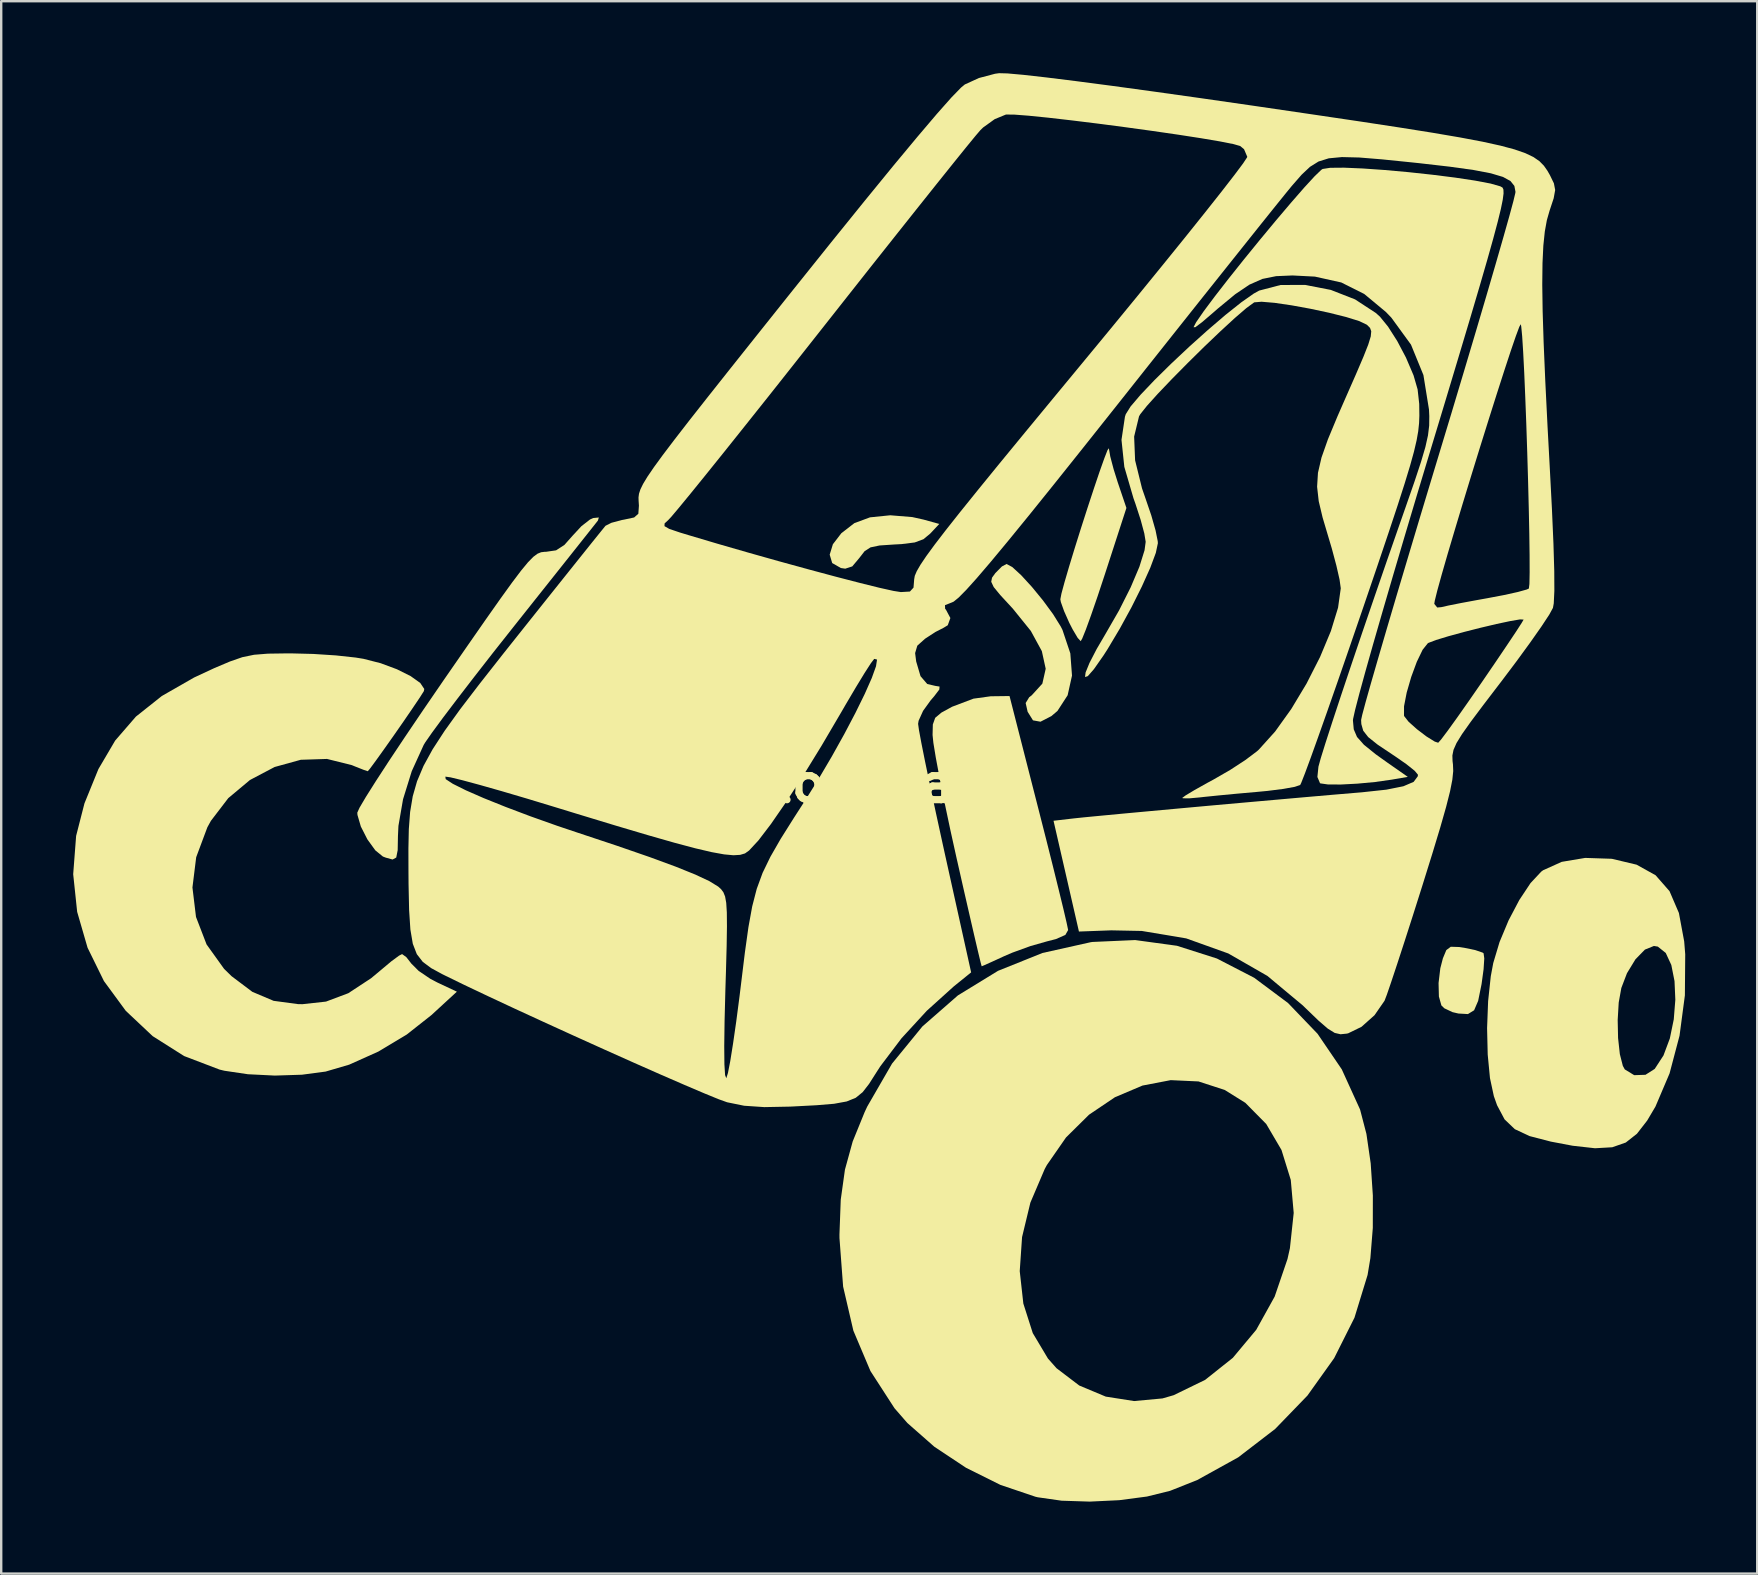
<source format=kicad_pcb>
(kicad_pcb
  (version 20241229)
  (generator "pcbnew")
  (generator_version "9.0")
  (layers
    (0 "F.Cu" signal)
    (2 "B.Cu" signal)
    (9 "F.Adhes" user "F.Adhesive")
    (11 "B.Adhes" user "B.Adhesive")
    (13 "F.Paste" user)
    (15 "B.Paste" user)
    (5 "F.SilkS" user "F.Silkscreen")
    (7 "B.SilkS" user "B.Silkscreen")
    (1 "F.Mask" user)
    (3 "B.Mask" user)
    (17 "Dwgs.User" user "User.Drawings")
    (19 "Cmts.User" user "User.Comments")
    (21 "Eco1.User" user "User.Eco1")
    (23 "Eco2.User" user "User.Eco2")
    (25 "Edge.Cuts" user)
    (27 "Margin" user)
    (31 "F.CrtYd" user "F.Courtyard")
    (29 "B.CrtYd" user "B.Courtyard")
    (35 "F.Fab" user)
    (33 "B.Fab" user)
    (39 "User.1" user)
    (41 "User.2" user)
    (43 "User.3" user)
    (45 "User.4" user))
  (footprint "logocarro"
    (layer "F.Cu")
    (at 34.529 29.594)
    (property "Reference" "logocarro" (at 0 0 0) (layer "F.SilkS") (effects (font (size 1.5 1.5) (thickness 0.3))))
    (attr board_only exclude_from_pos_files exclude_from_bom)
    (fp_poly (pts (xy 23.224 6.817) (xy 23.433 6.849) (xy 23.894 6.945) (xy 24.198 7.049) (xy 24.24 7.078) (xy 24.269 7.292) (xy 24.24 7.744) (xy 24.159 8.339) (xy 24.152 8.382) (xy 24.014 9.06) (xy 23.845 9.453) (xy 23.588 9.611) (xy 23.19 9.588) (xy 22.945 9.531) (xy 22.606 9.371) (xy 22.482 9.251) (xy 22.378 8.88) (xy 22.364 8.318) (xy 22.437 7.703) (xy 22.544 7.289) (xy 22.688 6.943) (xy 22.874 6.806)) (stroke (width 0) (type solid)) (fill yes) (layer "F.SilkS"))
    (fp_poly (pts (xy 0.436 -11.098) (xy 0.906 -10.993) (xy 1.559 -10.812) (xy 1.18 -10.408) (xy 0.9 -10.176) (xy 0.538 -10.041) (xy -0.012 -9.972) (xy -0.313 -9.956) (xy -0.927 -9.915) (xy -1.305 -9.836) (xy -1.551 -9.678) (xy -1.767 -9.4) (xy -1.774 -9.391) (xy -2.066 -9.043) (xy -2.358 -8.948) (xy -2.541 -8.975) (xy -2.902 -9.182) (xy -3.007 -9.532) (xy -2.874 -9.966) (xy -2.521 -10.426) (xy -1.98 -10.845) (xy -1.327 -11.087) (xy -0.483 -11.173)) (stroke (width 0) (type solid)) (fill yes) (layer "F.SilkS"))
    (fp_poly (pts (xy 8.626 -13.961) (xy 8.684 -13.623) (xy 8.825 -13.09) (xy 8.996 -12.545) (xy 9.357 -11.478) (xy 8.456 -8.702) (xy 8.156 -7.796) (xy 7.886 -7.014) (xy 7.666 -6.408) (xy 7.513 -6.03) (xy 7.452 -5.927) (xy 7.326 -6.065) (xy 7.116 -6.42) (xy 6.976 -6.693) (xy 6.76 -7.179) (xy 6.626 -7.556) (xy 6.604 -7.672) (xy 6.65 -7.911) (xy 6.778 -8.383) (xy 6.968 -9.032) (xy 7.203 -9.803) (xy 7.466 -10.641) (xy 7.739 -11.489) (xy 8.004 -12.294) (xy 8.242 -12.999) (xy 8.438 -13.55) (xy 8.571 -13.891) (xy 8.626 -13.966)) (stroke (width 0) (type solid)) (fill yes) (layer "F.SilkS"))
    (fp_poly (pts (xy 4.603 -9.015) (xy 4.975 -8.673) (xy 5.42 -8.187) (xy 5.88 -7.626) (xy 6.299 -7.056) (xy 6.616 -6.547) (xy 6.693 -6.396) (xy 7.02 -5.418) (xy 7.09 -4.492) (xy 6.908 -3.674) (xy 6.484 -3.02) (xy 6.229 -2.804) (xy 5.777 -2.571) (xy 5.464 -2.628) (xy 5.241 -2.986) (xy 5.241 -2.986) (xy 5.159 -3.35) (xy 5.306 -3.591) (xy 5.413 -3.673) (xy 5.855 -4.159) (xy 5.994 -4.777) (xy 5.833 -5.513) (xy 5.374 -6.354) (xy 4.621 -7.286) (xy 4.571 -7.34) (xy 4.099 -7.851) (xy 3.827 -8.183) (xy 3.724 -8.402) (xy 3.758 -8.574) (xy 3.897 -8.766) (xy 4.17 -9.041) (xy 4.363 -9.144)) (stroke (width 0) (type solid)) (fill yes) (layer "F.SilkS"))
    (fp_poly (pts (xy 5.7 1.101) (xy 6.012 2.326) (xy 6.295 3.452) (xy 6.538 4.436) (xy 6.732 5.232) (xy 6.864 5.798) (xy 6.925 6.089) (xy 6.928 6.111) (xy 6.813 6.313) (xy 6.421 6.486) (xy 6.054 6.58) (xy 5.363 6.776) (xy 4.606 7.051) (xy 4.259 7.2) (xy 3.772 7.424) (xy 3.433 7.576) (xy 3.326 7.62) (xy 3.283 7.462) (xy 3.176 7.016) (xy 3.014 6.325) (xy 2.808 5.431) (xy 2.567 4.378) (xy 2.302 3.207) (xy 2.294 3.175) (xy 2.024 1.954) (xy 1.781 0.804) (xy 1.574 -0.223) (xy 1.415 -1.073) (xy 1.313 -1.695) (xy 1.28 -2.019) (xy 1.291 -2.458) (xy 1.39 -2.734) (xy 1.65 -2.952) (xy 2.094 -3.195) (xy 2.985 -3.532) (xy 3.703 -3.631) (xy 4.487 -3.641)) (stroke (width 0) (type solid)) (fill yes) (layer "F.SilkS"))
    (fp_poly (pts (xy -12.666 -10.951) (xy -12.806 -10.774) (xy -13.13 -10.365) (xy -13.612 -9.758) (xy -14.225 -8.986) (xy -14.944 -8.082) (xy -15.74 -7.08) (xy -16.189 -6.515) (xy -17.032 -5.449) (xy -17.82 -4.438) (xy -18.526 -3.521) (xy -19.121 -2.736) (xy -19.574 -2.12) (xy -19.858 -1.713) (xy -19.924 -1.604) (xy -20.422 -0.509) (xy -20.785 0.661) (xy -20.977 1.771) (xy -20.997 2.196) (xy -21.008 2.782) (xy -21.068 3.088) (xy -21.221 3.171) (xy -21.51 3.091) (xy -21.625 3.046) (xy -21.94 2.789) (xy -22.271 2.331) (xy -22.543 1.797) (xy -22.684 1.313) (xy -22.691 1.218) (xy -22.597 1.01) (xy -22.33 0.558) (xy -21.911 -0.106) (xy -21.362 -0.949) (xy -20.702 -1.94) (xy -19.955 -3.045) (xy -19.141 -4.232) (xy -19.041 -4.377) (xy -18.105 -5.728) (xy -17.341 -6.826) (xy -16.727 -7.697) (xy -16.243 -8.368) (xy -15.867 -8.865) (xy -15.579 -9.214) (xy -15.357 -9.441) (xy -15.181 -9.572) (xy -15.031 -9.633) (xy -14.884 -9.651) (xy -14.822 -9.652) (xy -14.408 -9.712) (xy -14.06 -9.939) (xy -13.732 -10.309) (xy -13.355 -10.716) (xy -12.995 -10.997) (xy -12.861 -11.058) (xy -12.626 -11.081)) (stroke (width 0) (type solid)) (fill yes) (layer "F.SilkS"))
    (fp_poly (pts (xy 29.564 3.14) (xy 29.598 3.144) (xy 30.616 3.386) (xy 31.407 3.826) (xy 31.988 4.49) (xy 32.379 5.4) (xy 32.599 6.582) (xy 32.642 7.119) (xy 32.628 8.831) (xy 32.405 10.512) (xy 31.99 12.083) (xy 31.402 13.465) (xy 31.057 14.048) (xy 30.631 14.597) (xy 30.165 14.964) (xy 29.602 15.161) (xy 28.884 15.202) (xy 27.954 15.098) (xy 27.041 14.925) (xy 26.159 14.696) (xy 25.541 14.407) (xy 25.114 13.998) (xy 24.802 13.41) (xy 24.667 13.029) (xy 24.506 12.278) (xy 24.412 11.299) (xy 24.386 10.196) (xy 24.399 9.858) (xy 29.828 9.858) (xy 29.844 10.61) (xy 29.918 11.282) (xy 30.043 11.771) (xy 30.124 11.917) (xy 30.516 12.157) (xy 30.986 12.141) (xy 31.371 11.896) (xy 31.736 11.336) (xy 32.001 10.627) (xy 32.165 9.831) (xy 32.23 9.013) (xy 32.196 8.237) (xy 32.063 7.566) (xy 31.831 7.066) (xy 31.501 6.8) (xy 31.337 6.773) (xy 30.962 6.925) (xy 30.568 7.329) (xy 30.215 7.908) (xy 29.98 8.523) (xy 29.871 9.128) (xy 29.828 9.858) (xy 24.399 9.858) (xy 24.429 9.073) (xy 24.54 8.035) (xy 24.643 7.484) (xy 24.905 6.609) (xy 25.282 5.706) (xy 25.728 4.859) (xy 26.196 4.154) (xy 26.641 3.677) (xy 26.72 3.618) (xy 27.497 3.268) (xy 28.476 3.104)) (stroke (width 0) (type solid)) (fill yes) (layer "F.SilkS"))
    (fp_poly (pts (xy -24.522 -5.395) (xy -23.583 -5.334) (xy -22.762 -5.245) (xy -22.434 -5.192) (xy -21.717 -5.009) (xy -21.04 -4.757) (xy -20.468 -4.471) (xy -20.067 -4.185) (xy -19.9 -3.935) (xy -19.917 -3.846) (xy -20.087 -3.578) (xy -20.385 -3.136) (xy -20.762 -2.585) (xy -21.175 -1.992) (xy -21.577 -1.423) (xy -21.922 -0.942) (xy -22.163 -0.615) (xy -22.255 -0.508) (xy -22.431 -0.567) (xy -22.8 -0.713) (xy -22.919 -0.762) (xy -23.954 -1.02) (xy -25.046 -0.985) (xy -26.136 -0.684) (xy -27.163 -0.143) (xy -28.067 0.613) (xy -28.79 1.558) (xy -28.939 1.829) (xy -29.404 3.075) (xy -29.56 4.336) (xy -29.412 5.564) (xy -28.971 6.71) (xy -28.243 7.725) (xy -27.934 8.029) (xy -27.065 8.684) (xy -26.179 9.059) (xy -25.163 9.196) (xy -24.977 9.199) (xy -23.995 9.091) (xy -23.066 8.742) (xy -22.118 8.119) (xy -21.693 7.765) (xy -21.273 7.413) (xy -20.951 7.176) (xy -20.824 7.112) (xy -20.649 7.238) (xy -20.436 7.511) (xy -20.132 7.814) (xy -19.649 8.141) (xy -19.358 8.294) (xy -18.542 8.678) (xy -19.603 9.654) (xy -20.632 10.465) (xy -21.814 11.174) (xy -23.029 11.719) (xy -24.011 12.007) (xy -24.997 12.138) (xy -26.125 12.174) (xy -27.25 12.118) (xy -28.227 11.973) (xy -28.43 11.924) (xy -29.908 11.36) (xy -31.217 10.531) (xy -32.337 9.477) (xy -33.248 8.236) (xy -33.93 6.847) (xy -34.364 5.35) (xy -34.529 3.783) (xy -34.407 2.186) (xy -34.06 0.832) (xy -33.478 -0.598) (xy -32.779 -1.787) (xy -31.915 -2.785) (xy -30.835 -3.643) (xy -29.493 -4.412) (xy -28.651 -4.804) (xy -27.996 -5.081) (xy -27.481 -5.26) (xy -26.992 -5.361) (xy -26.417 -5.407) (xy -25.642 -5.418) (xy -25.434 -5.418)) (stroke (width 0) (type solid)) (fill yes) (layer "F.SilkS"))
    (fp_poly (pts (xy 11.462 6.765) (xy 13.127 7.296) (xy 14.682 8.099) (xy 16.092 9.151) (xy 17.32 10.43) (xy 18.331 11.914) (xy 19.09 13.581) (xy 19.097 13.602) (xy 19.358 14.604) (xy 19.536 15.829) (xy 19.626 17.172) (xy 19.624 18.524) (xy 19.523 19.78) (xy 19.406 20.483) (xy 18.86 22.263) (xy 18.013 23.95) (xy 16.9 25.508) (xy 15.556 26.898) (xy 14.014 28.083) (xy 12.308 29.027) (xy 11.176 29.477) (xy 10.213 29.715) (xy 9.056 29.867) (xy 7.828 29.926) (xy 6.656 29.888) (xy 5.664 29.746) (xy 5.563 29.722) (xy 4.106 29.229) (xy 2.674 28.516) (xy 1.353 27.639) (xy 0.23 26.651) (xy -0.307 26.034) (xy -1.309 24.485) (xy -2.02 22.804) (xy -2.447 20.967) (xy -2.496 20.322) (xy 4.912 20.322) (xy 5.062 21.672) (xy 5.455 22.904) (xy 6.088 23.965) (xy 6.445 24.368) (xy 7.393 25.089) (xy 8.497 25.551) (xy 9.678 25.736) (xy 10.858 25.627) (xy 11.326 25.492) (xy 12.637 24.854) (xy 13.792 23.935) (xy 14.766 22.768) (xy 15.534 21.385) (xy 16.069 19.818) (xy 16.17 19.367) (xy 16.328 17.898) (xy 16.206 16.522) (xy 15.819 15.274) (xy 15.183 14.191) (xy 14.312 13.309) (xy 13.453 12.773) (xy 12.36 12.418) (xy 11.203 12.364) (xy 10.027 12.59) (xy 8.878 13.077) (xy 7.8 13.804) (xy 6.841 14.752) (xy 6.044 15.9) (xy 5.953 16.068) (xy 5.355 17.469) (xy 5.009 18.904) (xy 4.912 20.322) (xy -2.496 20.322) (xy -2.599 18.948) (xy -2.6 18.796) (xy -2.546 17.344) (xy -2.371 16.092) (xy -2.048 14.918) (xy -1.55 13.695) (xy -1.441 13.462) (xy -0.408 11.674) (xy 0.857 10.126) (xy 2.335 8.834) (xy 4.008 7.809) (xy 5.858 7.066) (xy 7.867 6.617) (xy 7.942 6.606) (xy 9.721 6.527)) (stroke (width 0) (type solid)) (fill yes) (layer "F.SilkS"))
    (fp_poly (pts (xy 19.204 -25.624) (xy 20.119 -25.56) (xy 21.107 -25.471) (xy 22.106 -25.363) (xy 23.052 -25.244) (xy 23.881 -25.119) (xy 24.53 -24.996) (xy 24.937 -24.88) (xy 25.03 -24.827) (xy 25.067 -24.744) (xy 25.072 -24.582) (xy 25.038 -24.319) (xy 24.959 -23.933) (xy 24.829 -23.401) (xy 24.642 -22.701) (xy 24.392 -21.81) (xy 24.072 -20.706) (xy 23.676 -19.366) (xy 23.198 -17.768) (xy 22.633 -15.889) (xy 22.032 -13.903) (xy 21.475 -12.056) (xy 20.949 -10.292) (xy 20.461 -8.64) (xy 20.02 -7.129) (xy 19.633 -5.787) (xy 19.31 -4.643) (xy 19.059 -3.726) (xy 18.887 -3.065) (xy 18.803 -2.688) (xy 18.796 -2.625) (xy 18.83 -2.254) (xy 18.966 -1.936) (xy 19.255 -1.61) (xy 19.747 -1.213) (xy 20.247 -0.856) (xy 21.082 -0.273) (xy 20.405 -0.156) (xy 19.711 -0.058) (xy 18.977 0.01) (xy 18.294 0.046) (xy 17.753 0.043) (xy 17.443 -0.001) (xy 17.424 -0.01) (xy 17.315 -0.268) (xy 17.359 -0.699) (xy 17.454 -1.046) (xy 17.65 -1.676) (xy 17.933 -2.551) (xy 18.29 -3.633) (xy 18.709 -4.884) (xy 19.178 -6.269) (xy 19.684 -7.747) (xy 20.214 -9.284) (xy 20.756 -10.841) (xy 20.992 -11.515) (xy 21.364 -12.585) (xy 21.633 -13.399) (xy 21.815 -14.017) (xy 21.923 -14.5) (xy 21.973 -14.909) (xy 21.978 -15.306) (xy 21.965 -15.579) (xy 21.733 -17.016) (xy 21.215 -18.283) (xy 20.398 -19.406) (xy 20.165 -19.648) (xy 19.266 -20.395) (xy 18.31 -20.874) (xy 17.212 -21.118) (xy 16.279 -21.166) (xy 15.595 -21.137) (xy 15.024 -21.022) (xy 14.483 -20.783) (xy 13.89 -20.383) (xy 13.163 -19.783) (xy 13.003 -19.643) (xy 12.506 -19.217) (xy 12.231 -19.011) (xy 12.155 -19.011) (xy 12.255 -19.204) (xy 12.264 -19.219) (xy 12.578 -19.674) (xy 13.039 -20.291) (xy 13.609 -21.025) (xy 14.25 -21.829) (xy 14.925 -22.658) (xy 15.595 -23.465) (xy 16.223 -24.205) (xy 16.771 -24.833) (xy 17.202 -25.302) (xy 17.477 -25.566) (xy 17.532 -25.603) (xy 17.847 -25.652) (xy 18.425 -25.657)) (stroke (width 0) (type solid)) (fill yes) (layer "F.SilkS"))
    (fp_poly (pts (xy 17.874 -20.564) (xy 18.886 -20.168) (xy 19.75 -19.603) (xy 19.921 -19.449) (xy 20.258 -19.035) (xy 20.642 -18.433) (xy 20.993 -17.768) (xy 21.015 -17.722) (xy 21.322 -17.003) (xy 21.491 -16.419) (xy 21.558 -15.814) (xy 21.564 -15.325) (xy 21.552 -15.011) (xy 21.517 -14.678) (xy 21.449 -14.293) (xy 21.339 -13.823) (xy 21.176 -13.235) (xy 20.951 -12.496) (xy 20.655 -11.574) (xy 20.277 -10.435) (xy 19.809 -9.047) (xy 19.24 -7.377) (xy 19.149 -7.112) (xy 18.643 -5.639) (xy 18.167 -4.264) (xy 17.732 -3.02) (xy 17.35 -1.941) (xy 17.034 -1.061) (xy 16.794 -0.412) (xy 16.643 -0.028) (xy 16.598 0.065) (xy 16.374 0.142) (xy 15.893 0.229) (xy 15.237 0.312) (xy 14.786 0.355) (xy 13.975 0.427) (xy 13.206 0.5) (xy 12.598 0.562) (xy 12.404 0.584) (xy 11.966 0.623) (xy 11.711 0.619) (xy 11.684 0.604) (xy 11.823 0.5) (xy 12.193 0.278) (xy 12.728 -0.022) (xy 12.996 -0.167) (xy 13.679 -0.561) (xy 14.317 -0.977) (xy 14.796 -1.338) (xy 14.876 -1.41) (xy 15.552 -2.16) (xy 16.227 -3.102) (xy 16.865 -4.164) (xy 17.427 -5.27) (xy 17.877 -6.348) (xy 18.176 -7.323) (xy 18.288 -8.122) (xy 18.288 -8.138) (xy 18.239 -8.492) (xy 18.107 -9.073) (xy 17.916 -9.788) (xy 17.78 -10.245) (xy 17.532 -11.081) (xy 17.37 -11.763) (xy 17.303 -12.361) (xy 17.339 -12.943) (xy 17.486 -13.578) (xy 17.753 -14.336) (xy 18.148 -15.286) (xy 18.489 -16.065) (xy 18.924 -17.054) (xy 19.234 -17.779) (xy 19.435 -18.288) (xy 19.539 -18.627) (xy 19.559 -18.842) (xy 19.509 -18.98) (xy 19.403 -19.088) (xy 19.368 -19.117) (xy 19.06 -19.264) (xy 18.513 -19.434) (xy 17.807 -19.611) (xy 17.021 -19.779) (xy 16.236 -19.922) (xy 15.532 -20.025) (xy 14.989 -20.071) (xy 14.686 -20.046) (xy 14.675 -20.04) (xy 14.361 -19.811) (xy 13.879 -19.396) (xy 13.277 -18.842) (xy 12.605 -18.201) (xy 11.913 -17.519) (xy 11.25 -16.848) (xy 10.666 -16.236) (xy 10.212 -15.732) (xy 9.935 -15.385) (xy 9.883 -15.295) (xy 9.679 -14.453) (xy 9.719 -13.463) (xy 10.008 -12.292) (xy 10.16 -11.853) (xy 10.395 -11.164) (xy 10.572 -10.542) (xy 10.662 -10.095) (xy 10.668 -10.009) (xy 10.583 -9.608) (xy 10.351 -8.985) (xy 10.002 -8.208) (xy 9.569 -7.341) (xy 9.083 -6.452) (xy 8.578 -5.605) (xy 8.404 -5.334) (xy 8.004 -4.762) (xy 7.748 -4.47) (xy 7.633 -4.433) (xy 7.657 -4.625) (xy 7.819 -5.022) (xy 8.116 -5.597) (xy 8.476 -6.212) (xy 9.052 -7.212) (xy 9.535 -8.171) (xy 9.898 -9.027) (xy 10.113 -9.716) (xy 10.16 -10.067) (xy 10.103 -10.416) (xy 9.952 -10.978) (xy 9.734 -11.65) (xy 9.652 -11.881) (xy 9.27 -13.191) (xy 9.152 -14.316) (xy 9.296 -15.279) (xy 9.33 -15.385) (xy 9.531 -15.706) (xy 9.946 -16.194) (xy 10.525 -16.803) (xy 11.218 -17.486) (xy 11.976 -18.198) (xy 12.749 -18.892) (xy 13.487 -19.523) (xy 14.141 -20.044) (xy 14.66 -20.409) (xy 14.89 -20.536) (xy 15.782 -20.769) (xy 16.807 -20.771)) (stroke (width 0) (type solid)) (fill yes) (layer "F.SilkS"))
    (fp_poly (pts (xy 4.397 -29.585) (xy 5.058 -29.526) (xy 6.017 -29.418) (xy 7.257 -29.264) (xy 8.758 -29.067) (xy 10.503 -28.828) (xy 12.473 -28.551) (xy 14.651 -28.237) (xy 14.91 -28.199) (xy 17.152 -27.87) (xy 19.082 -27.584) (xy 20.727 -27.333) (xy 22.111 -27.113) (xy 23.259 -26.917) (xy 24.195 -26.74) (xy 24.944 -26.575) (xy 25.531 -26.418) (xy 25.981 -26.261) (xy 26.318 -26.1) (xy 26.567 -25.928) (xy 26.753 -25.739) (xy 26.9 -25.529) (xy 27.005 -25.345) (xy 27.17 -25.005) (xy 27.223 -24.727) (xy 27.161 -24.382) (xy 26.989 -23.862) (xy 26.877 -23.471) (xy 26.791 -22.996) (xy 26.73 -22.408) (xy 26.695 -21.679) (xy 26.685 -20.779) (xy 26.701 -19.68) (xy 26.743 -18.352) (xy 26.811 -16.766) (xy 26.904 -14.894) (xy 26.993 -13.251) (xy 27.087 -11.457) (xy 27.151 -9.994) (xy 27.185 -8.851) (xy 27.189 -8.023) (xy 27.164 -7.5) (xy 27.13 -7.314) (xy 26.978 -7.035) (xy 26.652 -6.54) (xy 26.187 -5.877) (xy 25.619 -5.098) (xy 24.982 -4.252) (xy 24.917 -4.168) (xy 24.22 -3.255) (xy 23.703 -2.565) (xy 23.343 -2.056) (xy 23.112 -1.682) (xy 22.987 -1.399) (xy 22.94 -1.164) (xy 22.947 -0.931) (xy 22.964 -0.791) (xy 22.975 -0.516) (xy 22.938 -0.155) (xy 22.843 0.329) (xy 22.679 0.977) (xy 22.437 1.827) (xy 22.106 2.92) (xy 21.678 4.293) (xy 21.67 4.318) (xy 21.297 5.495) (xy 20.949 6.578) (xy 20.641 7.522) (xy 20.389 8.28) (xy 20.208 8.808) (xy 20.112 9.058) (xy 20.111 9.059) (xy 19.695 9.659) (xy 19.153 10.142) (xy 18.597 10.413) (xy 18.538 10.426) (xy 18.278 10.452) (xy 18.036 10.396) (xy 17.75 10.219) (xy 17.359 9.881) (xy 16.802 9.344) (xy 16.71 9.254) (xy 15.231 8.021) (xy 13.603 7.086) (xy 11.851 6.458) (xy 10.001 6.148) (xy 8.727 6.122) (xy 7.379 6.172) (xy 6.85 3.864) (xy 6.32 1.556) (xy 7.182 1.456) (xy 7.592 1.413) (xy 8.289 1.346) (xy 9.219 1.258) (xy 10.333 1.155) (xy 11.577 1.041) (xy 12.901 0.92) (xy 14.253 0.799) (xy 15.581 0.681) (xy 16.835 0.57) (xy 17.961 0.472) (xy 18.909 0.392) (xy 19.171 0.37) (xy 20.19 0.26) (xy 20.899 0.118) (xy 21.326 -0.065) (xy 21.498 -0.297) (xy 21.505 -0.363) (xy 21.373 -0.522) (xy 21.024 -0.802) (xy 20.529 -1.146) (xy 20.453 -1.196) (xy 19.824 -1.617) (xy 19.433 -1.93) (xy 19.225 -2.195) (xy 19.146 -2.473) (xy 19.137 -2.644) (xy 19.177 -2.83) (xy 20.924 -2.83) (xy 20.934 -2.8) (xy 21.114 -2.571) (xy 21.46 -2.261) (xy 21.86 -1.957) (xy 22.204 -1.743) (xy 22.349 -1.695) (xy 22.468 -1.828) (xy 22.746 -2.197) (xy 23.15 -2.758) (xy 23.648 -3.467) (xy 24.172 -4.224) (xy 24.726 -5.035) (xy 25.207 -5.747) (xy 25.585 -6.313) (xy 25.828 -6.689) (xy 25.908 -6.827) (xy 25.758 -6.834) (xy 25.357 -6.766) (xy 24.783 -6.644) (xy 24.11 -6.485) (xy 23.414 -6.308) (xy 22.771 -6.132) (xy 22.256 -5.975) (xy 21.946 -5.857) (xy 21.917 -5.841) (xy 21.699 -5.568) (xy 21.457 -5.066) (xy 21.225 -4.437) (xy 21.036 -3.785) (xy 20.925 -3.215) (xy 20.924 -2.83) (xy 19.177 -2.83) (xy 19.185 -2.865) (xy 19.323 -3.381) (xy 19.544 -4.165) (xy 19.84 -5.189) (xy 20.201 -6.425) (xy 20.513 -7.482) (xy 22.185 -7.482) (xy 22.309 -7.33) (xy 22.479 -7.345) (xy 22.769 -7.411) (xy 23.302 -7.517) (xy 23.988 -7.644) (xy 24.384 -7.715) (xy 25.09 -7.849) (xy 25.669 -7.977) (xy 26.039 -8.08) (xy 26.127 -8.121) (xy 26.15 -8.309) (xy 26.159 -8.787) (xy 26.157 -9.505) (xy 26.145 -10.413) (xy 26.123 -11.463) (xy 26.094 -12.605) (xy 26.059 -13.789) (xy 26.02 -14.968) (xy 25.977 -16.09) (xy 25.934 -17.108) (xy 25.89 -17.971) (xy 25.848 -18.632) (xy 25.809 -19.039) (xy 25.791 -19.135) (xy 25.729 -19.027) (xy 25.584 -18.638) (xy 25.369 -18.011) (xy 25.098 -17.187) (xy 24.784 -16.21) (xy 24.44 -15.123) (xy 24.079 -13.969) (xy 23.715 -12.79) (xy 23.361 -11.63) (xy 23.031 -10.532) (xy 22.736 -9.538) (xy 22.492 -8.691) (xy 22.311 -8.035) (xy 22.206 -7.612) (xy 22.185 -7.482) (xy 20.513 -7.482) (xy 20.62 -7.845) (xy 21.09 -9.42) (xy 21.6 -11.124) (xy 22.144 -12.927) (xy 22.352 -13.614) (xy 22.907 -15.449) (xy 23.431 -17.197) (xy 23.917 -18.828) (xy 24.356 -20.316) (xy 24.74 -21.631) (xy 25.061 -22.746) (xy 25.311 -23.631) (xy 25.481 -24.26) (xy 25.563 -24.603) (xy 25.569 -24.652) (xy 25.523 -24.897) (xy 25.361 -25.1) (xy 25.047 -25.272) (xy 24.545 -25.422) (xy 23.819 -25.561) (xy 22.835 -25.698) (xy 21.556 -25.845) (xy 21.25 -25.877) (xy 20.014 -26.003) (xy 19.061 -26.081) (xy 18.337 -26.099) (xy 17.789 -26.047) (xy 17.362 -25.914) (xy 17.003 -25.69) (xy 16.658 -25.364) (xy 16.274 -24.925) (xy 16.229 -24.872) (xy 15.987 -24.576) (xy 15.555 -24.041) (xy 14.955 -23.293) (xy 14.208 -22.357) (xy 13.334 -21.261) (xy 12.354 -20.031) (xy 11.29 -18.692) (xy 10.161 -17.27) (xy 9.003 -15.809) (xy 7.576 -14.013) (xy 6.345 -12.471) (xy 5.296 -11.168) (xy 4.417 -10.091) (xy 3.697 -9.224) (xy 3.123 -8.553) (xy 2.684 -8.065) (xy 2.367 -7.744) (xy 2.161 -7.576) (xy 2.094 -7.545) (xy 1.797 -7.427) (xy 1.803 -7.277) (xy 1.838 -7.238) (xy 2.022 -6.892) (xy 1.913 -6.591) (xy 1.736 -6.483) (xy 1.395 -6.308) (xy 0.979 -6.037) (xy 0.962 -6.025) (xy 0.644 -5.739) (xy 0.553 -5.431) (xy 0.597 -5.082) (xy 0.778 -4.468) (xy 1.058 -4.143) (xy 1.393 -4.064) (xy 1.571 -4.036) (xy 1.561 -3.912) (xy 1.345 -3.629) (xy 1.203 -3.465) (xy 0.884 -3.023) (xy 0.698 -2.611) (xy 0.677 -2.482) (xy 0.713 -2.224) (xy 0.814 -1.68) (xy 0.971 -0.894) (xy 1.176 0.088) (xy 1.418 1.222) (xy 1.689 2.465) (xy 1.782 2.889) (xy 2.887 7.874) (xy 2.163 8.459) (xy 1.04 9.473) (xy -0.015 10.621) (xy -0.894 11.783) (xy -1.066 12.049) (xy -1.367 12.522) (xy -1.632 12.864) (xy -1.922 13.1) (xy -2.299 13.253) (xy -2.825 13.349) (xy -3.561 13.41) (xy -4.569 13.463) (xy -4.657 13.467) (xy -5.73 13.488) (xy -6.571 13.431) (xy -7.277 13.287) (xy -7.281 13.286) (xy -7.627 13.162) (xy -8.236 12.913) (xy -9.062 12.561) (xy -10.063 12.126) (xy -11.194 11.626) (xy -12.41 11.082) (xy -13.667 10.514) (xy -14.921 9.942) (xy -16.129 9.386) (xy -17.244 8.865) (xy -18.225 8.4) (xy -19.025 8.01) (xy -19.152 7.947) (xy -19.615 7.695) (xy -19.963 7.435) (xy -20.211 7.114) (xy -20.378 6.682) (xy -20.479 6.087) (xy -20.532 5.277) (xy -20.555 4.201) (xy -20.559 3.668) (xy -20.561 2.719) (xy -20.544 1.906) (xy -20.49 1.191) (xy -20.381 0.537) (xy -20.201 -0.091) (xy -20.12 -0.282) (xy -19.022 -0.282) (xy -19.007 -0.178) (xy -18.711 0.016) (xy -18.171 0.285) (xy -17.427 0.611) (xy -16.517 0.977) (xy -15.482 1.368) (xy -14.359 1.767) (xy -13.529 2.046) (xy -11.864 2.6) (xy -10.503 3.071) (xy -9.424 3.468) (xy -8.604 3.799) (xy -8.02 4.073) (xy -7.652 4.299) (xy -7.534 4.405) (xy -7.437 4.535) (xy -7.366 4.71) (xy -7.318 4.976) (xy -7.293 5.376) (xy -7.288 5.955) (xy -7.3 6.757) (xy -7.329 7.828) (xy -7.353 8.592) (xy -7.387 9.905) (xy -7.401 10.947) (xy -7.394 11.701) (xy -7.366 12.151) (xy -7.317 12.281) (xy -7.313 12.277) (xy -7.246 12.065) (xy -7.15 11.569) (xy -7.033 10.837) (xy -6.901 9.921) (xy -6.764 8.873) (xy -6.705 8.391) (xy -6.542 7.057) (xy -6.393 5.991) (xy -6.236 5.126) (xy -6.047 4.394) (xy -5.802 3.726) (xy -5.477 3.056) (xy -5.051 2.314) (xy -4.497 1.433) (xy -4.063 0.76) (xy -3.482 -0.167) (xy -2.921 -1.119) (xy -2.398 -2.057) (xy -1.933 -2.941) (xy -1.545 -3.732) (xy -1.253 -4.392) (xy -1.077 -4.881) (xy -1.034 -5.16) (xy -1.145 -5.189) (xy -1.158 -5.181) (xy -1.289 -5.01) (xy -1.554 -4.599) (xy -1.917 -4.003) (xy -2.345 -3.278) (xy -2.518 -2.979) (xy -3.346 -1.57) (xy -4.125 -0.302) (xy -4.836 0.797) (xy -5.459 1.698) (xy -5.975 2.374) (xy -6.365 2.795) (xy -6.536 2.917) (xy -6.74 2.977) (xy -7.021 2.993) (xy -7.406 2.957) (xy -7.926 2.863) (xy -8.608 2.703) (xy -9.483 2.47) (xy -10.578 2.157) (xy -11.924 1.758) (xy -13.549 1.264) (xy -14.45 0.988) (xy -15.613 0.635) (xy -16.675 0.322) (xy -17.59 0.062) (xy -18.316 -0.134) (xy -18.807 -0.253) (xy -19.021 -0.283) (xy -19.022 -0.282) (xy -20.12 -0.282) (xy -19.931 -0.731) (xy -19.553 -1.42) (xy -19.05 -2.194) (xy -18.405 -3.09) (xy -17.599 -4.144) (xy -16.616 -5.395) (xy -15.587 -6.689) (xy -14.794 -7.683) (xy -14.067 -8.594) (xy -13.433 -9.387) (xy -12.92 -10.028) (xy -12.554 -10.482) (xy -12.365 -10.715) (xy -12.361 -10.72) (xy -9.891 -10.72) (xy -9.693 -10.606) (xy -9.245 -10.454) (xy -8.888 -10.346) (xy -7.67 -9.984) (xy -6.401 -9.618) (xy -5.127 -9.259) (xy -3.897 -8.921) (xy -2.756 -8.615) (xy -1.753 -8.355) (xy -0.935 -8.152) (xy -0.347 -8.021) (xy -0.042 -7.973) (xy 0.336 -7.995) (xy 0.486 -8.159) (xy 0.514 -8.509) (xy 0.539 -8.651) (xy 0.622 -8.846) (xy 0.778 -9.115) (xy 1.021 -9.476) (xy 1.367 -9.949) (xy 1.831 -10.553) (xy 2.427 -11.306) (xy 3.171 -12.229) (xy 4.076 -13.34) (xy 5.16 -14.659) (xy 6.435 -16.204) (xy 7.456 -17.439) (xy 8.661 -18.899) (xy 9.799 -20.286) (xy 10.853 -21.58) (xy 11.805 -22.756) (xy 12.635 -23.793) (xy 13.326 -24.666) (xy 13.86 -25.355) (xy 14.219 -25.835) (xy 14.384 -26.085) (xy 14.393 -26.111) (xy 14.258 -26.428) (xy 14.097 -26.56) (xy 13.818 -26.64) (xy 13.257 -26.751) (xy 12.471 -26.884) (xy 11.514 -27.032) (xy 10.441 -27.188) (xy 9.308 -27.344) (xy 8.171 -27.493) (xy 7.084 -27.627) (xy 6.103 -27.74) (xy 5.282 -27.823) (xy 4.678 -27.869) (xy 4.346 -27.871) (xy 4.331 -27.869) (xy 3.869 -27.679) (xy 3.388 -27.333) (xy 3.271 -27.219) (xy 3.072 -26.986) (xy 2.685 -26.514) (xy 2.13 -25.826) (xy 1.427 -24.949) (xy 0.597 -23.908) (xy -0.339 -22.73) (xy -1.362 -21.44) (xy -2.449 -20.063) (xy -3.315 -18.965) (xy -4.432 -17.55) (xy -5.494 -16.208) (xy -6.482 -14.967) (xy -7.375 -13.848) (xy -8.154 -12.879) (xy -8.8 -12.082) (xy -9.292 -11.483) (xy -9.61 -11.106) (xy -9.727 -10.981) (xy -9.886 -10.833) (xy -9.891 -10.72) (xy -12.361 -10.72) (xy -12.347 -10.736) (xy -12.101 -10.86) (xy -11.67 -10.975) (xy -11.566 -10.994) (xy -11.154 -11.082) (xy -10.98 -11.237) (xy -10.956 -11.574) (xy -10.969 -11.773) (xy -10.973 -11.918) (xy -10.953 -12.071) (xy -10.894 -12.252) (xy -10.781 -12.483) (xy -10.598 -12.785) (xy -10.33 -13.178) (xy -9.961 -13.684) (xy -9.475 -14.325) (xy -8.859 -15.12) (xy -8.094 -16.092) (xy -7.168 -17.26) (xy -6.063 -18.648) (xy -4.765 -20.275) (xy -4.514 -20.589) (xy -2.934 -22.561) (xy -1.544 -24.281) (xy -0.348 -25.745) (xy 0.654 -26.95) (xy 1.458 -27.896) (xy 2.062 -28.578) (xy 2.466 -28.994) (xy 2.623 -29.124) (xy 3.211 -29.393) (xy 3.884 -29.571) (xy 4.052 -29.594)) (stroke (width 0) (type solid)) (fill yes) (layer "F.SilkS")))
  (gr_rect
    (start -3 -3)
    (end 70.171 62.52)
    (stroke (width 0.1) (type default))
    (fill no)
    (layer "Edge.Cuts")))
</source>
